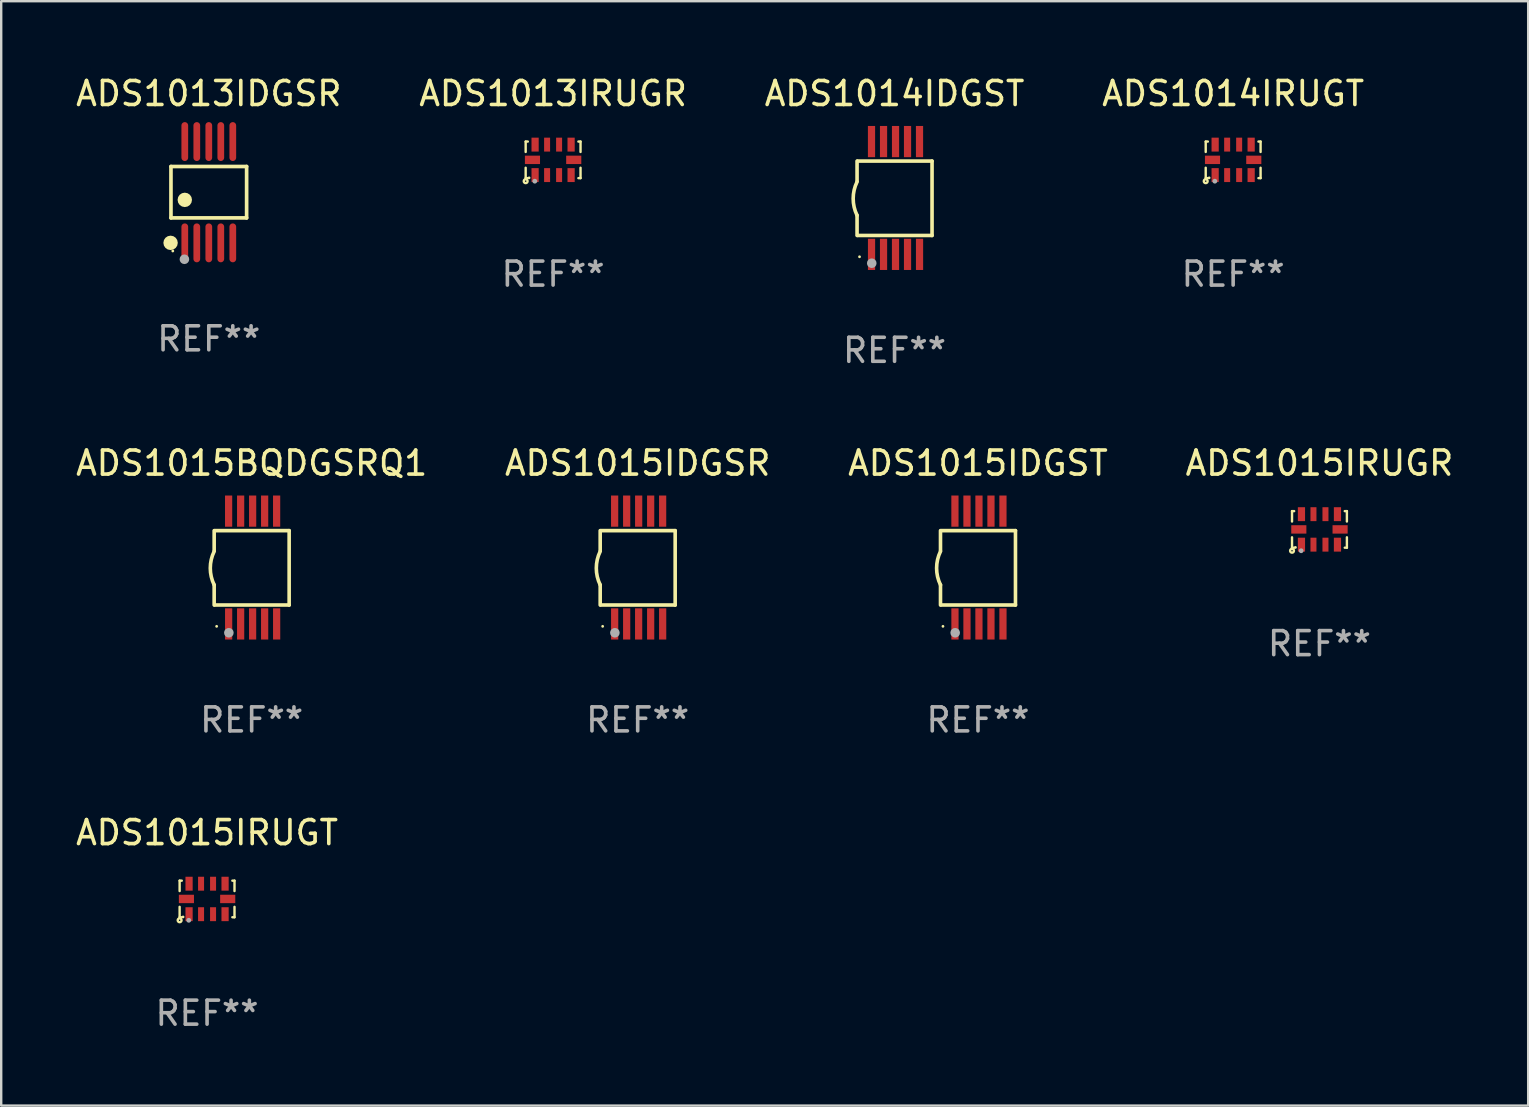
<source format=kicad_pcb>
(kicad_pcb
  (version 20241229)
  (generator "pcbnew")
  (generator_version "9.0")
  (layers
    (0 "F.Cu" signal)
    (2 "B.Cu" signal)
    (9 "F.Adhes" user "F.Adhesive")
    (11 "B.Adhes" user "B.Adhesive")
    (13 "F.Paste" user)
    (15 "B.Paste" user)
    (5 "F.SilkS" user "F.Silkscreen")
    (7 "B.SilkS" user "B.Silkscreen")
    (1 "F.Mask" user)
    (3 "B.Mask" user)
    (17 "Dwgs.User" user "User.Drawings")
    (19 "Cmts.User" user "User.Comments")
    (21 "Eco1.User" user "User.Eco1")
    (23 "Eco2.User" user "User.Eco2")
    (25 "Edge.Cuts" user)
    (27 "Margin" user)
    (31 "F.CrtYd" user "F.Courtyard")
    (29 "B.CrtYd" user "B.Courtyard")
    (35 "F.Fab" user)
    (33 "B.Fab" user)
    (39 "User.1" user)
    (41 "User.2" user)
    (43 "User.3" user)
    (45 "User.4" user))
  (footprint "ADS1015IRUGT"
    (layer "F.Cu")
    (at 5.577 34.403)
    (property "Reference" "ADS1015IRUGT" (at 0 -2.762 0) (layer "F.SilkS") (effects (font (size 1 1) (thickness 0.15))))
    (attr through_hole)
    (fp_line (start -1.143 -0.762) (end -1.143 -0.329) (stroke (width 0.1) (type solid)) (layer "F.SilkS"))
    (fp_line (start -1.143 0.329) (end -1.143 0.762) (stroke (width 0.1) (type solid)) (layer "F.SilkS"))
    (fp_line (start -1.143 0.762) (end -1.054 0.762) (stroke (width 0.1) (type solid)) (layer "F.SilkS"))
    (fp_line (start -1.054 -0.762) (end -1.143 -0.762) (stroke (width 0.1) (type solid)) (layer "F.SilkS"))
    (fp_line (start 1.054 0.762) (end 1.143 0.762) (stroke (width 0.1) (type solid)) (layer "F.SilkS"))
    (fp_line (start 1.143 -0.762) (end 1.054 -0.762) (stroke (width 0.1) (type solid)) (layer "F.SilkS"))
    (fp_line (start 1.143 -0.329) (end 1.143 -0.762) (stroke (width 0.1) (type solid)) (layer "F.SilkS"))
    (fp_line (start 1.143 0.762) (end 1.143 0.329) (stroke (width 0.1) (type solid)) (layer "F.SilkS"))
    (fp_circle (center -1.143 0.889) (end -1.063 0.889) (stroke (width 0.1) (type solid)) (fill no) (layer "F.SilkS"))
    (fp_circle (center -1 0.75) (end -0.97 0.75) (stroke (width 0.06) (type solid)) (fill no) (layer "F.SilkS"))
    (fp_circle (center -0.762 0.889) (end -0.712 0.889) (stroke (width 0.1) (type solid)) (fill no) (layer "F.Fab"))
    (fp_text user "REF**" (at 0 4.762 0) (layer "F.Fab") (effects (font (size 1 1) (thickness 0.15))))
    (pad "1" smd rect (at -0.75 0.635) (size 0.3 0.58) (layers "F.Cu" "F.Mask" "F.Paste"))
    (pad "2" smd rect (at -0.25 0.635) (size 0.25 0.58) (layers "F.Cu" "F.Mask" "F.Paste"))
    (pad "3" smd rect (at 0.25 0.635) (size 0.25 0.58) (layers "F.Cu" "F.Mask" "F.Paste"))
    (pad "4" smd rect (at 0.75 0.635) (size 0.3 0.58) (layers "F.Cu" "F.Mask" "F.Paste"))
    (pad "5" smd rect (at 0.86 0 90) (size 0.35 0.63) (layers "F.Cu" "F.Mask" "F.Paste"))
    (pad "6" smd rect (at 0.75 -0.635) (size 0.3 0.58) (layers "F.Cu" "F.Mask" "F.Paste"))
    (pad "7" smd rect (at 0.25 -0.635) (size 0.25 0.58) (layers "F.Cu" "F.Mask" "F.Paste"))
    (pad "8" smd rect (at -0.25 -0.635) (size 0.25 0.58) (layers "F.Cu" "F.Mask" "F.Paste"))
    (pad "9" smd rect (at -0.75 -0.635) (size 0.3 0.58) (layers "F.Cu" "F.Mask" "F.Paste"))
    (pad "10" smd rect (at -0.86 0 90) (size 0.35 0.63) (layers "F.Cu" "F.Mask" "F.Paste")))
  (footprint "ADS1013IDGSR"
    (layer "F.Cu")
    (at 5.649 4.958)
    (property "Reference" "ADS1013IDGSR" (at 0 -4.11 0) (layer "F.SilkS") (effects (font (size 1 1) (thickness 0.15))))
    (attr through_hole)
    (fp_line (start -1.576 -1.071) (end 1.576 -1.071) (stroke (width 0.152) (type solid)) (layer "F.SilkS"))
    (fp_line (start -1.576 1.071) (end -1.576 -1.071) (stroke (width 0.152) (type solid)) (layer "F.SilkS"))
    (fp_line (start 1.576 -1.071) (end 1.576 1.071) (stroke (width 0.152) (type solid)) (layer "F.SilkS"))
    (fp_line (start 1.576 1.071) (end -1.576 1.071) (stroke (width 0.152) (type solid)) (layer "F.SilkS"))
    (fp_circle (center -1.592 2.11) (end -1.442 2.11) (stroke (width 0.3) (type solid)) (fill no) (layer "F.SilkS"))
    (fp_circle (center -1.5 2.45) (end -1.47 2.45) (stroke (width 0.06) (type solid)) (fill no) (layer "F.SilkS"))
    (fp_circle (center -1 0.319) (end -0.85 0.319) (stroke (width 0.3) (type solid)) (fill no) (layer "F.SilkS"))
    (fp_circle (center -1.016 2.794) (end -0.916 2.794) (stroke (width 0.2) (type solid)) (fill no) (layer "F.Fab"))
    (fp_text user "REF**" (at 0 6.11 0) (layer "F.Fab") (effects (font (size 1 1) (thickness 0.15))))
    (pad "1" smd oval (at -1 2.11) (size 0.28 1.62) (layers "F.Cu" "F.Mask" "F.Paste"))
    (pad "2" smd oval (at -0.5 2.11) (size 0.28 1.62) (layers "F.Cu" "F.Mask" "F.Paste"))
    (pad "3" smd oval (at 0 2.11) (size 0.28 1.62) (layers "F.Cu" "F.Mask" "F.Paste"))
    (pad "4" smd oval (at 0.5 2.11) (size 0.28 1.62) (layers "F.Cu" "F.Mask" "F.Paste"))
    (pad "5" smd oval (at 1 2.11) (size 0.28 1.62) (layers "F.Cu" "F.Mask" "F.Paste"))
    (pad "6" smd oval (at 1 -2.11) (size 0.28 1.62) (layers "F.Cu" "F.Mask" "F.Paste"))
    (pad "7" smd oval (at 0.5 -2.11) (size 0.28 1.62) (layers "F.Cu" "F.Mask" "F.Paste"))
    (pad "8" smd oval (at 0 -2.11) (size 0.28 1.62) (layers "F.Cu" "F.Mask" "F.Paste"))
    (pad "9" smd oval (at -0.5 -2.11) (size 0.28 1.62) (layers "F.Cu" "F.Mask" "F.Paste"))
    (pad "10" smd oval (at -1 -2.11) (size 0.28 1.62) (layers "F.Cu" "F.Mask" "F.Paste")))
  (footprint "ADS1014IRUGT"
    (layer "F.Cu")
    (at 48.327 3.61)
    (property "Reference" "ADS1014IRUGT" (at 0 -2.762 0) (layer "F.SilkS") (effects (font (size 1 1) (thickness 0.15))))
    (attr through_hole)
    (fp_line (start -1.143 -0.762) (end -1.143 -0.329) (stroke (width 0.1) (type solid)) (layer "F.SilkS"))
    (fp_line (start -1.143 0.329) (end -1.143 0.762) (stroke (width 0.1) (type solid)) (layer "F.SilkS"))
    (fp_line (start -1.143 0.762) (end -1.054 0.762) (stroke (width 0.1) (type solid)) (layer "F.SilkS"))
    (fp_line (start -1.054 -0.762) (end -1.143 -0.762) (stroke (width 0.1) (type solid)) (layer "F.SilkS"))
    (fp_line (start 1.054 0.762) (end 1.143 0.762) (stroke (width 0.1) (type solid)) (layer "F.SilkS"))
    (fp_line (start 1.143 -0.762) (end 1.054 -0.762) (stroke (width 0.1) (type solid)) (layer "F.SilkS"))
    (fp_line (start 1.143 -0.329) (end 1.143 -0.762) (stroke (width 0.1) (type solid)) (layer "F.SilkS"))
    (fp_line (start 1.143 0.762) (end 1.143 0.329) (stroke (width 0.1) (type solid)) (layer "F.SilkS"))
    (fp_circle (center -1.143 0.889) (end -1.063 0.889) (stroke (width 0.1) (type solid)) (fill no) (layer "F.SilkS"))
    (fp_circle (center -1 0.75) (end -0.97 0.75) (stroke (width 0.06) (type solid)) (fill no) (layer "F.SilkS"))
    (fp_circle (center -0.762 0.889) (end -0.712 0.889) (stroke (width 0.1) (type solid)) (fill no) (layer "F.Fab"))
    (fp_text user "REF**" (at 0 4.762 0) (layer "F.Fab") (effects (font (size 1 1) (thickness 0.15))))
    (pad "1" smd rect (at -0.75 0.635) (size 0.3 0.58) (layers "F.Cu" "F.Mask" "F.Paste"))
    (pad "2" smd rect (at -0.25 0.635) (size 0.25 0.58) (layers "F.Cu" "F.Mask" "F.Paste"))
    (pad "3" smd rect (at 0.25 0.635) (size 0.25 0.58) (layers "F.Cu" "F.Mask" "F.Paste"))
    (pad "4" smd rect (at 0.75 0.635) (size 0.3 0.58) (layers "F.Cu" "F.Mask" "F.Paste"))
    (pad "5" smd rect (at 0.86 0 90) (size 0.35 0.63) (layers "F.Cu" "F.Mask" "F.Paste"))
    (pad "6" smd rect (at 0.75 -0.635) (size 0.3 0.58) (layers "F.Cu" "F.Mask" "F.Paste"))
    (pad "7" smd rect (at 0.25 -0.635) (size 0.25 0.58) (layers "F.Cu" "F.Mask" "F.Paste"))
    (pad "8" smd rect (at -0.25 -0.635) (size 0.25 0.58) (layers "F.Cu" "F.Mask" "F.Paste"))
    (pad "9" smd rect (at -0.75 -0.635) (size 0.3 0.58) (layers "F.Cu" "F.Mask" "F.Paste"))
    (pad "10" smd rect (at -0.86 0 90) (size 0.35 0.63) (layers "F.Cu" "F.Mask" "F.Paste")))
  (footprint "ADS1013IRUGR"
    (layer "F.Cu")
    (at 19.994 3.61)
    (property "Reference" "ADS1013IRUGR" (at 0 -2.762 0) (layer "F.SilkS") (effects (font (size 1 1) (thickness 0.15))))
    (attr through_hole)
    (fp_line (start -1.143 -0.762) (end -1.143 -0.329) (stroke (width 0.1) (type solid)) (layer "F.SilkS"))
    (fp_line (start -1.143 0.329) (end -1.143 0.762) (stroke (width 0.1) (type solid)) (layer "F.SilkS"))
    (fp_line (start -1.143 0.762) (end -1.054 0.762) (stroke (width 0.1) (type solid)) (layer "F.SilkS"))
    (fp_line (start -1.054 -0.762) (end -1.143 -0.762) (stroke (width 0.1) (type solid)) (layer "F.SilkS"))
    (fp_line (start 1.054 0.762) (end 1.143 0.762) (stroke (width 0.1) (type solid)) (layer "F.SilkS"))
    (fp_line (start 1.143 -0.762) (end 1.054 -0.762) (stroke (width 0.1) (type solid)) (layer "F.SilkS"))
    (fp_line (start 1.143 -0.329) (end 1.143 -0.762) (stroke (width 0.1) (type solid)) (layer "F.SilkS"))
    (fp_line (start 1.143 0.762) (end 1.143 0.329) (stroke (width 0.1) (type solid)) (layer "F.SilkS"))
    (fp_circle (center -1.143 0.889) (end -1.063 0.889) (stroke (width 0.1) (type solid)) (fill no) (layer "F.SilkS"))
    (fp_circle (center -1 0.75) (end -0.97 0.75) (stroke (width 0.06) (type solid)) (fill no) (layer "F.SilkS"))
    (fp_circle (center -0.762 0.889) (end -0.712 0.889) (stroke (width 0.1) (type solid)) (fill no) (layer "F.Fab"))
    (fp_text user "REF**" (at 0 4.762 0) (layer "F.Fab") (effects (font (size 1 1) (thickness 0.15))))
    (pad "1" smd rect (at -0.75 0.635) (size 0.3 0.58) (layers "F.Cu" "F.Mask" "F.Paste"))
    (pad "2" smd rect (at -0.25 0.635) (size 0.25 0.58) (layers "F.Cu" "F.Mask" "F.Paste"))
    (pad "3" smd rect (at 0.25 0.635) (size 0.25 0.58) (layers "F.Cu" "F.Mask" "F.Paste"))
    (pad "4" smd rect (at 0.75 0.635) (size 0.3 0.58) (layers "F.Cu" "F.Mask" "F.Paste"))
    (pad "5" smd rect (at 0.86 0 90) (size 0.35 0.63) (layers "F.Cu" "F.Mask" "F.Paste"))
    (pad "6" smd rect (at 0.75 -0.635) (size 0.3 0.58) (layers "F.Cu" "F.Mask" "F.Paste"))
    (pad "7" smd rect (at 0.25 -0.635) (size 0.25 0.58) (layers "F.Cu" "F.Mask" "F.Paste"))
    (pad "8" smd rect (at -0.25 -0.635) (size 0.25 0.58) (layers "F.Cu" "F.Mask" "F.Paste"))
    (pad "9" smd rect (at -0.75 -0.635) (size 0.3 0.58) (layers "F.Cu" "F.Mask" "F.Paste"))
    (pad "10" smd rect (at -0.86 0 90) (size 0.35 0.63) (layers "F.Cu" "F.Mask" "F.Paste")))
  (footprint "ADS1015IDGST"
    (layer "F.Cu")
    (at 37.696 20.595)
    (property "Reference" "ADS1015IDGST" (at 0 -4.35 0) (layer "F.SilkS") (effects (font (size 1 1) (thickness 0.15))))
    (attr through_hole)
    (fp_line (start -1.562 -1.537) (end -1.562 -0.698) (stroke (width 0.15) (type solid)) (layer "F.SilkS"))
    (fp_line (start -1.562 0.724) (end -1.562 1.562) (stroke (width 0.15) (type solid)) (layer "F.SilkS"))
    (fp_line (start -1.538 -1.537) (end 1.562 -1.537) (stroke (width 0.15) (type solid)) (layer "F.SilkS"))
    (fp_line (start -1.538 1.562) (end 1.562 1.562) (stroke (width 0.15) (type solid)) (layer "F.SilkS"))
    (fp_line (start 1.562 1.564) (end 1.562 -1.537) (stroke (width 0.15) (type solid)) (layer "F.SilkS"))
    (fp_arc (start -1.562103 0.724079) (mid -1.723579 0.025578) (end -1.562103 -0.672924) (stroke (width 0.150013) (type solid)) (layer "F.SilkS"))
    (fp_circle (center -1.459 2.45) (end -1.429 2.45) (stroke (width 0.06) (type solid)) (fill no) (layer "F.SilkS"))
    (fp_circle (center -0.95 2.718) (end -0.85 2.718) (stroke (width 0.2) (type solid)) (fill no) (layer "F.Fab"))
    (fp_text user "REF**" (at 0 6.35 0) (layer "F.Fab") (effects (font (size 1 1) (thickness 0.15))))
    (pad "1" smd rect (at -0.959 2.35) (size 0.3 1.3) (layers "F.Cu" "F.Mask" "F.Paste"))
    (pad "2" smd rect (at -0.459 2.35) (size 0.3 1.3) (layers "F.Cu" "F.Mask" "F.Paste"))
    (pad "3" smd rect (at 0.04 2.35) (size 0.3 1.3) (layers "F.Cu" "F.Mask" "F.Paste"))
    (pad "4" smd rect (at 0.541 2.35) (size 0.3 1.3) (layers "F.Cu" "F.Mask" "F.Paste"))
    (pad "5" smd rect (at 1.041 2.35) (size 0.3 1.3) (layers "F.Cu" "F.Mask" "F.Paste"))
    (pad "6" smd rect (at 1.04 -2.35) (size 0.3 1.3) (layers "F.Cu" "F.Mask" "F.Paste"))
    (pad "7" smd rect (at 0.541 -2.35) (size 0.3 1.3) (layers "F.Cu" "F.Mask" "F.Paste"))
    (pad "8" smd rect (at 0.041 -2.35) (size 0.3 1.3) (layers "F.Cu" "F.Mask" "F.Paste"))
    (pad "9" smd rect (at -0.459 -2.35) (size 0.3 1.3) (layers "F.Cu" "F.Mask" "F.Paste"))
    (pad "10" smd rect (at -0.96 -2.35) (size 0.3 1.3) (layers "F.Cu" "F.Mask" "F.Paste")))
  (footprint "ADS1015IDGSR"
    (layer "F.Cu")
    (at 23.518 20.595)
    (property "Reference" "ADS1015IDGSR" (at 0 -4.35 0) (layer "F.SilkS") (effects (font (size 1 1) (thickness 0.15))))
    (attr through_hole)
    (fp_line (start -1.562 -1.537) (end -1.562 -0.698) (stroke (width 0.15) (type solid)) (layer "F.SilkS"))
    (fp_line (start -1.562 0.724) (end -1.562 1.562) (stroke (width 0.15) (type solid)) (layer "F.SilkS"))
    (fp_line (start -1.538 -1.537) (end 1.562 -1.537) (stroke (width 0.15) (type solid)) (layer "F.SilkS"))
    (fp_line (start -1.538 1.562) (end 1.562 1.562) (stroke (width 0.15) (type solid)) (layer "F.SilkS"))
    (fp_line (start 1.562 1.564) (end 1.562 -1.537) (stroke (width 0.15) (type solid)) (layer "F.SilkS"))
    (fp_arc (start -1.562103 0.724079) (mid -1.723579 0.025578) (end -1.562103 -0.672924) (stroke (width 0.150013) (type solid)) (layer "F.SilkS"))
    (fp_circle (center -1.459 2.45) (end -1.429 2.45) (stroke (width 0.06) (type solid)) (fill no) (layer "F.SilkS"))
    (fp_circle (center -0.95 2.718) (end -0.85 2.718) (stroke (width 0.2) (type solid)) (fill no) (layer "F.Fab"))
    (fp_text user "REF**" (at 0 6.35 0) (layer "F.Fab") (effects (font (size 1 1) (thickness 0.15))))
    (pad "1" smd rect (at -0.959 2.35) (size 0.3 1.3) (layers "F.Cu" "F.Mask" "F.Paste"))
    (pad "2" smd rect (at -0.459 2.35) (size 0.3 1.3) (layers "F.Cu" "F.Mask" "F.Paste"))
    (pad "3" smd rect (at 0.04 2.35) (size 0.3 1.3) (layers "F.Cu" "F.Mask" "F.Paste"))
    (pad "4" smd rect (at 0.541 2.35) (size 0.3 1.3) (layers "F.Cu" "F.Mask" "F.Paste"))
    (pad "5" smd rect (at 1.041 2.35) (size 0.3 1.3) (layers "F.Cu" "F.Mask" "F.Paste"))
    (pad "6" smd rect (at 1.04 -2.35) (size 0.3 1.3) (layers "F.Cu" "F.Mask" "F.Paste"))
    (pad "7" smd rect (at 0.541 -2.35) (size 0.3 1.3) (layers "F.Cu" "F.Mask" "F.Paste"))
    (pad "8" smd rect (at 0.041 -2.35) (size 0.3 1.3) (layers "F.Cu" "F.Mask" "F.Paste"))
    (pad "9" smd rect (at -0.459 -2.35) (size 0.3 1.3) (layers "F.Cu" "F.Mask" "F.Paste"))
    (pad "10" smd rect (at -0.96 -2.35) (size 0.3 1.3) (layers "F.Cu" "F.Mask" "F.Paste")))
  (footprint "ADS1015BQDGSRQ1"
    (layer "F.Cu")
    (at 7.435 20.595)
    (property "Reference" "ADS1015BQDGSRQ1" (at 0 -4.35 0) (layer "F.SilkS") (effects (font (size 1 1) (thickness 0.15))))
    (attr through_hole)
    (fp_line (start -1.562 -1.537) (end -1.562 -0.698) (stroke (width 0.15) (type solid)) (layer "F.SilkS"))
    (fp_line (start -1.562 0.724) (end -1.562 1.562) (stroke (width 0.15) (type solid)) (layer "F.SilkS"))
    (fp_line (start -1.538 -1.537) (end 1.562 -1.537) (stroke (width 0.15) (type solid)) (layer "F.SilkS"))
    (fp_line (start -1.538 1.562) (end 1.562 1.562) (stroke (width 0.15) (type solid)) (layer "F.SilkS"))
    (fp_line (start 1.562 1.564) (end 1.562 -1.537) (stroke (width 0.15) (type solid)) (layer "F.SilkS"))
    (fp_arc (start -1.562103 0.724079) (mid -1.723579 0.025578) (end -1.562103 -0.672924) (stroke (width 0.150013) (type solid)) (layer "F.SilkS"))
    (fp_circle (center -1.459 2.45) (end -1.429 2.45) (stroke (width 0.06) (type solid)) (fill no) (layer "F.SilkS"))
    (fp_circle (center -0.95 2.718) (end -0.85 2.718) (stroke (width 0.2) (type solid)) (fill no) (layer "F.Fab"))
    (fp_text user "REF**" (at 0 6.35 0) (layer "F.Fab") (effects (font (size 1 1) (thickness 0.15))))
    (pad "1" smd rect (at -0.959 2.35) (size 0.3 1.3) (layers "F.Cu" "F.Mask" "F.Paste"))
    (pad "2" smd rect (at -0.459 2.35) (size 0.3 1.3) (layers "F.Cu" "F.Mask" "F.Paste"))
    (pad "3" smd rect (at 0.04 2.35) (size 0.3 1.3) (layers "F.Cu" "F.Mask" "F.Paste"))
    (pad "4" smd rect (at 0.541 2.35) (size 0.3 1.3) (layers "F.Cu" "F.Mask" "F.Paste"))
    (pad "5" smd rect (at 1.041 2.35) (size 0.3 1.3) (layers "F.Cu" "F.Mask" "F.Paste"))
    (pad "6" smd rect (at 1.04 -2.35) (size 0.3 1.3) (layers "F.Cu" "F.Mask" "F.Paste"))
    (pad "7" smd rect (at 0.541 -2.35) (size 0.3 1.3) (layers "F.Cu" "F.Mask" "F.Paste"))
    (pad "8" smd rect (at 0.041 -2.35) (size 0.3 1.3) (layers "F.Cu" "F.Mask" "F.Paste"))
    (pad "9" smd rect (at -0.459 -2.35) (size 0.3 1.3) (layers "F.Cu" "F.Mask" "F.Paste"))
    (pad "10" smd rect (at -0.96 -2.35) (size 0.3 1.3) (layers "F.Cu" "F.Mask" "F.Paste")))
  (footprint "ADS1015IRUGR"
    (layer "F.Cu")
    (at 51.923 19.007)
    (property "Reference" "ADS1015IRUGR" (at 0 -2.762 0) (layer "F.SilkS") (effects (font (size 1 1) (thickness 0.15))))
    (attr through_hole)
    (fp_line (start -1.143 -0.762) (end -1.143 -0.329) (stroke (width 0.1) (type solid)) (layer "F.SilkS"))
    (fp_line (start -1.143 0.329) (end -1.143 0.762) (stroke (width 0.1) (type solid)) (layer "F.SilkS"))
    (fp_line (start -1.143 0.762) (end -1.054 0.762) (stroke (width 0.1) (type solid)) (layer "F.SilkS"))
    (fp_line (start -1.054 -0.762) (end -1.143 -0.762) (stroke (width 0.1) (type solid)) (layer "F.SilkS"))
    (fp_line (start 1.054 0.762) (end 1.143 0.762) (stroke (width 0.1) (type solid)) (layer "F.SilkS"))
    (fp_line (start 1.143 -0.762) (end 1.054 -0.762) (stroke (width 0.1) (type solid)) (layer "F.SilkS"))
    (fp_line (start 1.143 -0.329) (end 1.143 -0.762) (stroke (width 0.1) (type solid)) (layer "F.SilkS"))
    (fp_line (start 1.143 0.762) (end 1.143 0.329) (stroke (width 0.1) (type solid)) (layer "F.SilkS"))
    (fp_circle (center -1.143 0.889) (end -1.063 0.889) (stroke (width 0.1) (type solid)) (fill no) (layer "F.SilkS"))
    (fp_circle (center -1 0.75) (end -0.97 0.75) (stroke (width 0.06) (type solid)) (fill no) (layer "F.SilkS"))
    (fp_circle (center -0.762 0.889) (end -0.712 0.889) (stroke (width 0.1) (type solid)) (fill no) (layer "F.Fab"))
    (fp_text user "REF**" (at 0 4.762 0) (layer "F.Fab") (effects (font (size 1 1) (thickness 0.15))))
    (pad "1" smd rect (at -0.75 0.635) (size 0.3 0.58) (layers "F.Cu" "F.Mask" "F.Paste"))
    (pad "2" smd rect (at -0.25 0.635) (size 0.25 0.58) (layers "F.Cu" "F.Mask" "F.Paste"))
    (pad "3" smd rect (at 0.25 0.635) (size 0.25 0.58) (layers "F.Cu" "F.Mask" "F.Paste"))
    (pad "4" smd rect (at 0.75 0.635) (size 0.3 0.58) (layers "F.Cu" "F.Mask" "F.Paste"))
    (pad "5" smd rect (at 0.86 0 90) (size 0.35 0.63) (layers "F.Cu" "F.Mask" "F.Paste"))
    (pad "6" smd rect (at 0.75 -0.635) (size 0.3 0.58) (layers "F.Cu" "F.Mask" "F.Paste"))
    (pad "7" smd rect (at 0.25 -0.635) (size 0.25 0.58) (layers "F.Cu" "F.Mask" "F.Paste"))
    (pad "8" smd rect (at -0.25 -0.635) (size 0.25 0.58) (layers "F.Cu" "F.Mask" "F.Paste"))
    (pad "9" smd rect (at -0.75 -0.635) (size 0.3 0.58) (layers "F.Cu" "F.Mask" "F.Paste"))
    (pad "10" smd rect (at -0.86 0 90) (size 0.35 0.63) (layers "F.Cu" "F.Mask" "F.Paste")))
  (footprint "ADS1014IDGST"
    (layer "F.Cu")
    (at 34.22 5.198)
    (property "Reference" "ADS1014IDGST" (at 0 -4.35 0) (layer "F.SilkS") (effects (font (size 1 1) (thickness 0.15))))
    (attr through_hole)
    (fp_line (start -1.562 -1.537) (end -1.562 -0.698) (stroke (width 0.15) (type solid)) (layer "F.SilkS"))
    (fp_line (start -1.562 0.724) (end -1.562 1.562) (stroke (width 0.15) (type solid)) (layer "F.SilkS"))
    (fp_line (start -1.538 -1.537) (end 1.562 -1.537) (stroke (width 0.15) (type solid)) (layer "F.SilkS"))
    (fp_line (start -1.538 1.562) (end 1.562 1.562) (stroke (width 0.15) (type solid)) (layer "F.SilkS"))
    (fp_line (start 1.562 1.564) (end 1.562 -1.537) (stroke (width 0.15) (type solid)) (layer "F.SilkS"))
    (fp_arc (start -1.562103 0.724079) (mid -1.723579 0.025578) (end -1.562103 -0.672924) (stroke (width 0.150013) (type solid)) (layer "F.SilkS"))
    (fp_circle (center -1.459 2.45) (end -1.429 2.45) (stroke (width 0.06) (type solid)) (fill no) (layer "F.SilkS"))
    (fp_circle (center -0.95 2.718) (end -0.85 2.718) (stroke (width 0.2) (type solid)) (fill no) (layer "F.Fab"))
    (fp_text user "REF**" (at 0 6.35 0) (layer "F.Fab") (effects (font (size 1 1) (thickness 0.15))))
    (pad "1" smd rect (at -0.959 2.35) (size 0.3 1.3) (layers "F.Cu" "F.Mask" "F.Paste"))
    (pad "2" smd rect (at -0.459 2.35) (size 0.3 1.3) (layers "F.Cu" "F.Mask" "F.Paste"))
    (pad "3" smd rect (at 0.04 2.35) (size 0.3 1.3) (layers "F.Cu" "F.Mask" "F.Paste"))
    (pad "4" smd rect (at 0.541 2.35) (size 0.3 1.3) (layers "F.Cu" "F.Mask" "F.Paste"))
    (pad "5" smd rect (at 1.041 2.35) (size 0.3 1.3) (layers "F.Cu" "F.Mask" "F.Paste"))
    (pad "6" smd rect (at 1.04 -2.35) (size 0.3 1.3) (layers "F.Cu" "F.Mask" "F.Paste"))
    (pad "7" smd rect (at 0.541 -2.35) (size 0.3 1.3) (layers "F.Cu" "F.Mask" "F.Paste"))
    (pad "8" smd rect (at 0.041 -2.35) (size 0.3 1.3) (layers "F.Cu" "F.Mask" "F.Paste"))
    (pad "9" smd rect (at -0.459 -2.35) (size 0.3 1.3) (layers "F.Cu" "F.Mask" "F.Paste"))
    (pad "10" smd rect (at -0.96 -2.35) (size 0.3 1.3) (layers "F.Cu" "F.Mask" "F.Paste")))
  (gr_rect
    (start -3 -3)
    (end 60.619 43.014)
    (stroke (width 0.1) (type default))
    (fill no)
    (layer "Edge.Cuts")))
</source>
